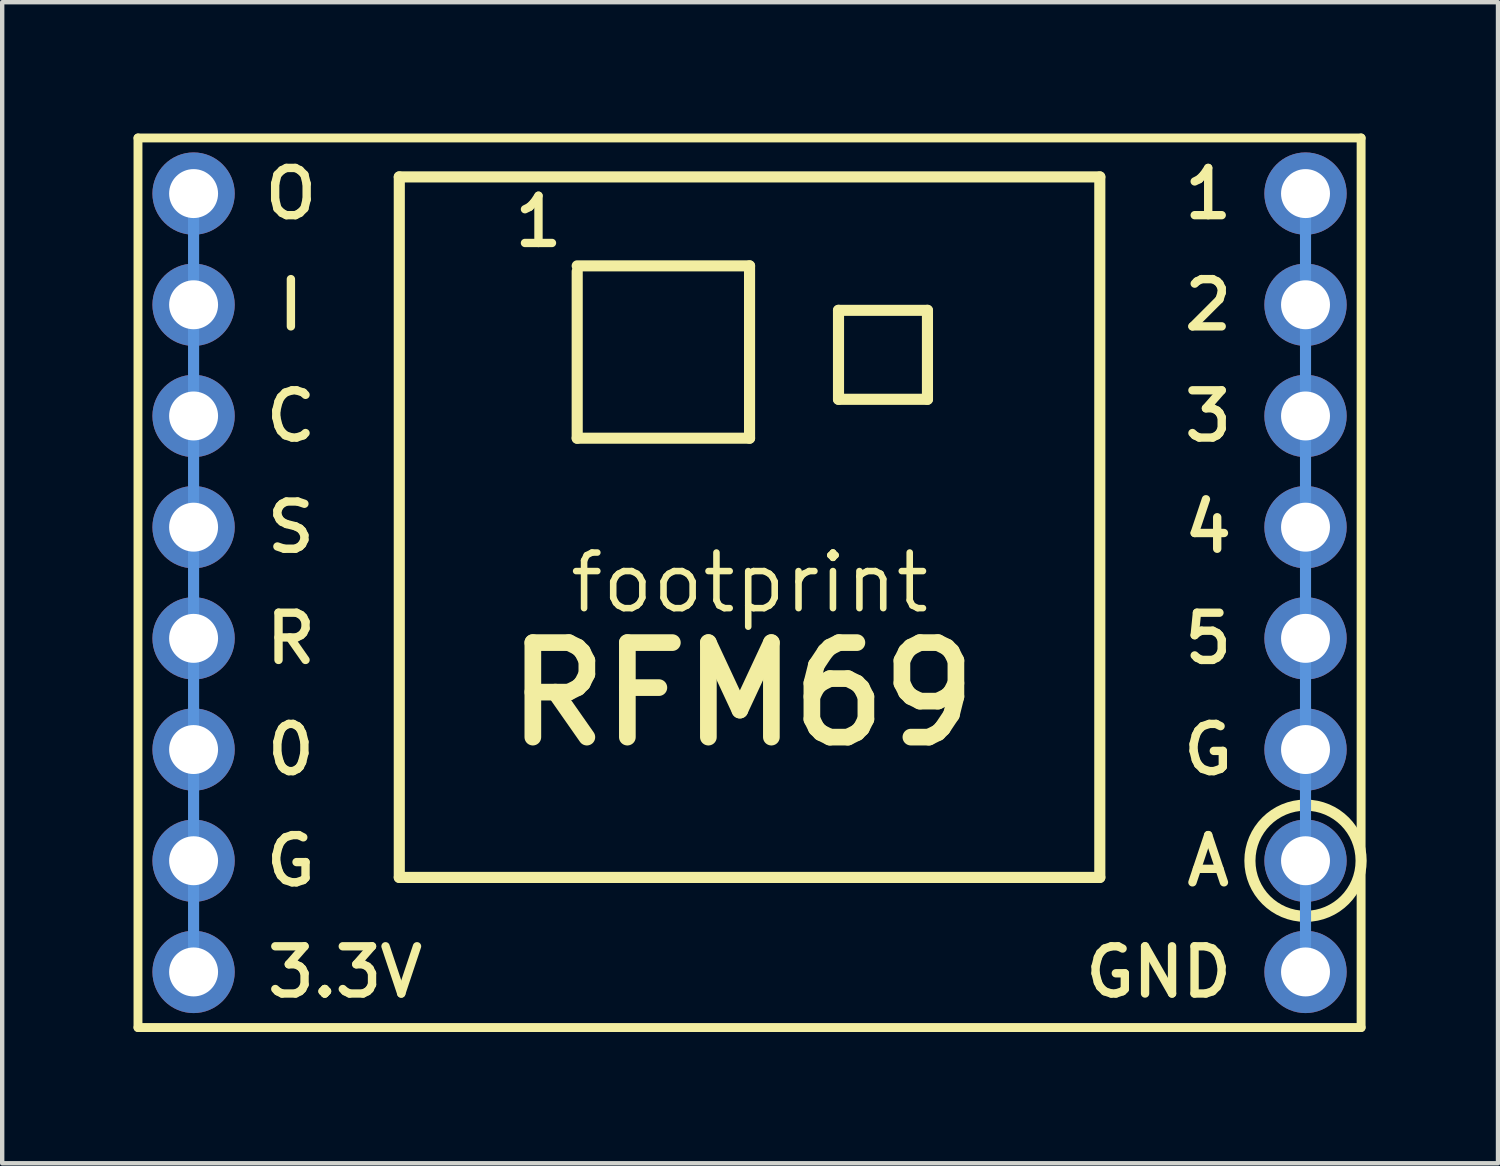
<source format=kicad_pcb>
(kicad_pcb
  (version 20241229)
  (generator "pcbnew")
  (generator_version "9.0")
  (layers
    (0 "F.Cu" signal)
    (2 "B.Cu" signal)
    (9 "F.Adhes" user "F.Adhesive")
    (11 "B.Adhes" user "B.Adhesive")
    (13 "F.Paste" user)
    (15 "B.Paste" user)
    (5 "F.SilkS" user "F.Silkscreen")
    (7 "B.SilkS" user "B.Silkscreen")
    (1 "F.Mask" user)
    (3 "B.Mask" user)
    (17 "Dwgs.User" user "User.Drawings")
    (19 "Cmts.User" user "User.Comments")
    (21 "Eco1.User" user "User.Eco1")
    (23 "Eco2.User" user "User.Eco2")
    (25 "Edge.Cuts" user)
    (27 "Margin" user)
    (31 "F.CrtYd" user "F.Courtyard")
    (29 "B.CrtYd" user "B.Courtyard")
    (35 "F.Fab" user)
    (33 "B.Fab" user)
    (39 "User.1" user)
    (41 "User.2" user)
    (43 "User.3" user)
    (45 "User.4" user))
  (footprint "footprint"
    (layer "F.Cu")
    (at 14.072 10.262)
    (property "Reference" "footprint" (at 0 0 0) (layer "F.SilkS") (effects (font (size 1.27 1.27) (thickness 0.15))))
    (fp_line (start -13.97 -10.16) (end -13.97 10.16) (stroke (width 0.203) (type solid)) (layer "F.SilkS"))
    (fp_line (start -13.97 10.16) (end 13.97 10.16) (stroke (width 0.203) (type solid)) (layer "F.SilkS"))
    (fp_line (start -8.001 -9.271) (end 8.001 -9.271) (stroke (width 0.254) (type solid)) (layer "F.SilkS"))
    (fp_line (start -8.001 6.731) (end -8.001 -9.271) (stroke (width 0.254) (type solid)) (layer "F.SilkS"))
    (fp_line (start -3.937 -7.112) (end -3.937 -3.302) (stroke (width 0.254) (type solid)) (layer "F.SilkS"))
    (fp_line (start -3.937 -3.302) (end 0 -3.302) (stroke (width 0.254) (type solid)) (layer "F.SilkS"))
    (fp_line (start 0 -7.239) (end -3.937 -7.239) (stroke (width 0.254) (type solid)) (layer "F.SilkS"))
    (fp_line (start 0 -3.302) (end 0 -7.239) (stroke (width 0.254) (type solid)) (layer "F.SilkS"))
    (fp_line (start 2.032 -6.223) (end 2.032 -4.191) (stroke (width 0.254) (type solid)) (layer "F.SilkS"))
    (fp_line (start 2.032 -4.191) (end 4.064 -4.191) (stroke (width 0.254) (type solid)) (layer "F.SilkS"))
    (fp_line (start 4.064 -6.223) (end 2.032 -6.223) (stroke (width 0.254) (type solid)) (layer "F.SilkS"))
    (fp_line (start 4.064 -4.191) (end 4.064 -6.223) (stroke (width 0.254) (type solid)) (layer "F.SilkS"))
    (fp_line (start 8.001 -9.271) (end 8.001 6.731) (stroke (width 0.254) (type solid)) (layer "F.SilkS"))
    (fp_line (start 8.001 6.731) (end -8.001 6.731) (stroke (width 0.254) (type solid)) (layer "F.SilkS"))
    (fp_line (start 13.97 -10.16) (end -13.97 -10.16) (stroke (width 0.203) (type solid)) (layer "F.SilkS"))
    (fp_line (start 13.97 10.16) (end 13.97 -10.16) (stroke (width 0.203) (type solid)) (layer "F.SilkS"))
    (fp_circle (center 12.7 6.35) (end 13.97 6.35) (stroke (width 0.254) (type solid)) (fill no) (layer "F.SilkS"))
    (fp_line (start -12.7 -8.89) (end -12.7 8.89) (stroke (width 0.254) (type solid)) (layer "Cmts.User"))
    (fp_line (start 12.7 -8.89) (end 12.7 8.89) (stroke (width 0.254) (type solid)) (layer "Cmts.User"))
    (fp_text user "1" (at 10.477 -8.255 0) (layer "F.SilkS") (effects (font (size 1.079 1.079) (thickness 0.191)) (justify bottom)))
    (fp_text user "3" (at 10.477 -3.175 0) (layer "F.SilkS") (effects (font (size 1.079 1.079) (thickness 0.191)) (justify bottom)))
    (fp_text user "R" (at -10.477 1.905 0) (layer "F.SilkS") (effects (font (size 1.079 1.079) (thickness 0.191)) (justify bottom)))
    (fp_text user "O" (at -10.477 -8.255 0) (layer "F.SilkS") (effects (font (size 1.079 1.079) (thickness 0.191)) (justify bottom)))
    (fp_text user "5" (at 10.477 1.905 0) (layer "F.SilkS") (effects (font (size 1.079 1.079) (thickness 0.191)) (justify bottom)))
    (fp_text user "2" (at 10.477 -5.715 0) (layer "F.SilkS") (effects (font (size 1.079 1.079) (thickness 0.191)) (justify bottom)))
    (fp_text user "G" (at 10.477 4.445 0) (layer "F.SilkS") (effects (font (size 1.079 1.079) (thickness 0.191)) (justify bottom)))
    (fp_text user "RFM69" (at -5.715 3.81 0) (layer "F.SilkS") (effects (font (size 2.159 2.159) (thickness 0.381)) (justify left bottom)))
    (fp_text user "G" (at -10.477 6.985 0) (layer "F.SilkS") (effects (font (size 1.079 1.079) (thickness 0.191)) (justify bottom)))
    (fp_text user "S" (at -10.477 -0.635 0) (layer "F.SilkS") (effects (font (size 1.079 1.079) (thickness 0.191)) (justify bottom)))
    (fp_text user "1" (at -5.461 -7.62 0) (layer "F.SilkS") (effects (font (size 1.079 1.079) (thickness 0.191)) (justify left bottom)))
    (fp_text user "A" (at 10.477 6.985 0) (layer "F.SilkS") (effects (font (size 1.079 1.079) (thickness 0.191)) (justify bottom)))
    (fp_text user "0" (at -10.477 4.445 0) (layer "F.SilkS") (effects (font (size 1.079 1.079) (thickness 0.191)) (justify bottom)))
    (fp_text user "C" (at -10.477 -3.175 0) (layer "F.SilkS") (effects (font (size 1.079 1.079) (thickness 0.191)) (justify bottom)))
    (fp_text user "GND" (at 11.113 9.525 0) (layer "F.SilkS") (effects (font (size 1.079 1.079) (thickness 0.191)) (justify right bottom)))
    (fp_text user "4" (at 10.477 -0.635 0) (layer "F.SilkS") (effects (font (size 1.079 1.079) (thickness 0.191)) (justify bottom)))
    (fp_text user "3.3V" (at -11.113 9.525 0) (layer "F.SilkS") (effects (font (size 1.079 1.079) (thickness 0.191)) (justify left bottom)))
    (fp_text user "I" (at -10.477 -5.715 0) (layer "F.SilkS") (effects (font (size 1.079 1.079) (thickness 0.191)) (justify bottom)))
    (pad "0" thru_hole circle (at -12.7 3.81) (size 1.88 1.88) (drill 1.118) (layers "*.Cu" "*.Mask"))
    (pad "1" thru_hole circle (at 12.7 -8.89) (size 1.88 1.88) (drill 1.118) (layers "*.Cu" "*.Mask"))
    (pad "2" thru_hole circle (at 12.7 -6.35) (size 1.88 1.88) (drill 1.118) (layers "*.Cu" "*.Mask"))
    (pad "3" thru_hole circle (at 12.7 -3.81) (size 1.88 1.88) (drill 1.118) (layers "*.Cu" "*.Mask"))
    (pad "3.3V" thru_hole circle (at -12.7 8.89) (size 1.88 1.88) (drill 1.118) (layers "*.Cu" "*.Mask"))
    (pad "4" thru_hole circle (at 12.7 -1.27) (size 1.88 1.88) (drill 1.118) (layers "*.Cu" "*.Mask"))
    (pad "5" thru_hole circle (at 12.7 1.27) (size 1.88 1.88) (drill 1.118) (layers "*.Cu" "*.Mask"))
    (pad "A" thru_hole circle (at 12.7 6.35) (size 1.88 1.88) (drill 1.118) (layers "*.Cu" "*.Mask"))
    (pad "C" thru_hole circle (at -12.7 -3.81) (size 1.88 1.88) (drill 1.118) (layers "*.Cu" "*.Mask"))
    (pad "G" thru_hole circle (at -12.7 6.35) (size 1.88 1.88) (drill 1.118) (layers "*.Cu" "*.Mask"))
    (pad "G2" thru_hole circle (at 12.7 3.81) (size 1.88 1.88) (drill 1.118) (layers "*.Cu" "*.Mask"))
    (pad "GND" thru_hole circle (at 12.7 8.89) (size 1.88 1.88) (drill 1.118) (layers "*.Cu" "*.Mask"))
    (pad "I" thru_hole circle (at -12.7 -6.35) (size 1.88 1.88) (drill 1.118) (layers "*.Cu" "*.Mask"))
    (pad "O" thru_hole circle (at -12.7 -8.89) (size 1.88 1.88) (drill 1.118) (layers "*.Cu" "*.Mask"))
    (pad "R" thru_hole circle (at -12.7 1.27) (size 1.88 1.88) (drill 1.118) (layers "*.Cu" "*.Mask"))
    (pad "S" thru_hole circle (at -12.7 -1.27) (size 1.88 1.88) (drill 1.118) (layers "*.Cu" "*.Mask")))
  (gr_rect
    (start -3 -3)
    (end 31.169 23.523)
    (stroke (width 0.1) (type default))
    (fill no)
    (layer "Edge.Cuts")))
</source>
